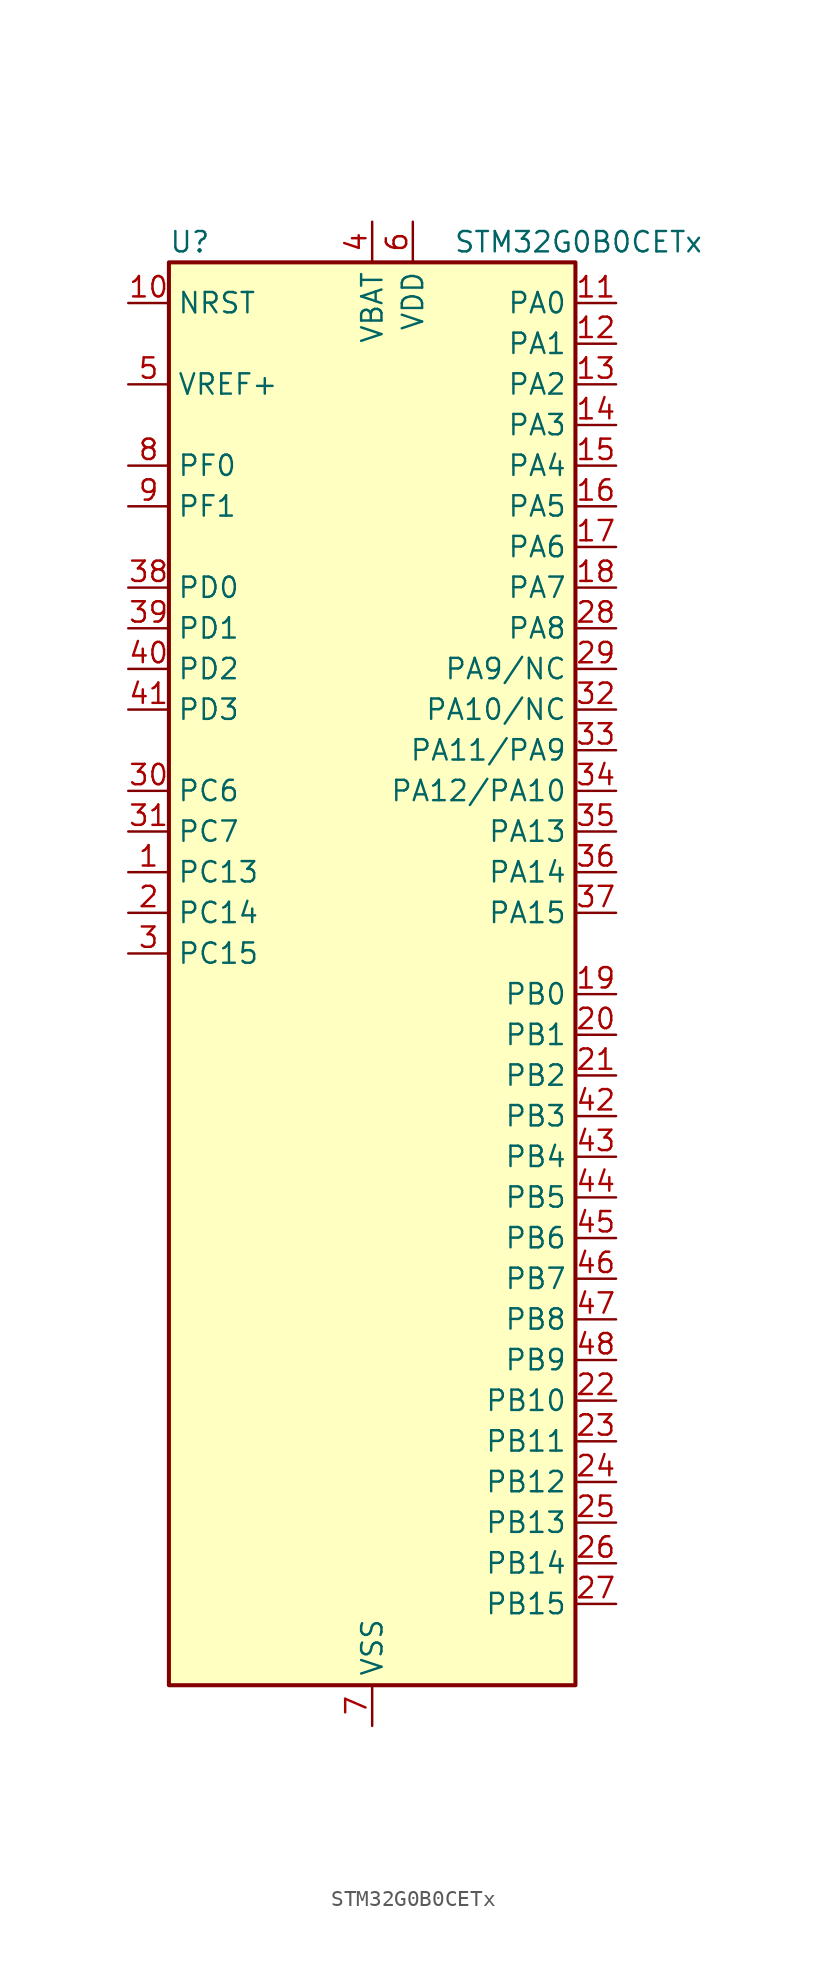
<source format=kicad_sym>
(kicad_symbol_lib
  (version 20231120)
  (generator "kicad_symbol_editor")
  (generator_version "8.0")
  (symbol "STM32G0B0CETx"
    (property "Reference" "U"
      (at -12.7 46.99 0)
      (effects (font (size 1.27 1.27)) (justify left)))
    (property "Value" "STM32G0B0CETx"
      (at 5.08 46.99 0)
      (effects (font (size 1.27 1.27)) (justify left)))
    (property "ki_locked" ""
      (at 0 0 0)
      (effects (font (size 1.27 1.27))))
    (symbol "STM32G0B0CETx_0_1"
      (rectangle (start -12.7 -43.18) (end 12.7 45.72) (stroke (width 0.254) (type default)) (fill (type background))))
    (symbol "STM32G0B0CETx_1_1"
      (pin bidirectional line (at -15.24 7.62 0) (length 2.54) (name "PC13" (effects (font (size 1.27 1.27)))) (number "1" (effects (font (size 1.27 1.27)))) (alternate "RTC_OUT1" bidirectional line) (alternate "RTC_TAMP_IN1" bidirectional line) (alternate "RTC_TS" bidirectional line) (alternate "SYS_WKUP2" bidirectional line) (alternate "TIM1_BK" bidirectional line))
      (pin input line (at -15.24 43.18 0) (length 2.54) (name "NRST" (effects (font (size 1.27 1.27)))) (number "10" (effects (font (size 1.27 1.27)))))
      (pin bidirectional line (at 15.24 43.18 180) (length 2.54) (name "PA0" (effects (font (size 1.27 1.27)))) (number "11" (effects (font (size 1.27 1.27)))) (alternate "ADC1_IN0" bidirectional line) (alternate "I2S2_CK" bidirectional line) (alternate "RTC_TAMP_IN2" bidirectional line) (alternate "SPI2_SCK" bidirectional line) (alternate "SYS_WKUP1" bidirectional line) (alternate "USART2_CTS" bidirectional line) (alternate "USART2_NSS" bidirectional line) (alternate "USART4_TX" bidirectional line))
      (pin bidirectional line (at 15.24 40.64 180) (length 2.54) (name "PA1" (effects (font (size 1.27 1.27)))) (number "12" (effects (font (size 1.27 1.27)))) (alternate "ADC1_IN1" bidirectional line) (alternate "I2C1_SMBA" bidirectional line) (alternate "I2S1_CK" bidirectional line) (alternate "SPI1_SCK" bidirectional line) (alternate "TIM15_CH1N" bidirectional line) (alternate "USART2_CK" bidirectional line) (alternate "USART2_DE" bidirectional line) (alternate "USART2_RTS" bidirectional line) (alternate "USART4_RX" bidirectional line))
      (pin bidirectional line (at 15.24 38.1 180) (length 2.54) (name "PA2" (effects (font (size 1.27 1.27)))) (number "13" (effects (font (size 1.27 1.27)))) (alternate "ADC1_IN2" bidirectional line) (alternate "I2S1_SD" bidirectional line) (alternate "RCC_LSCO" bidirectional line) (alternate "SPI1_MOSI" bidirectional line) (alternate "SYS_WKUP4" bidirectional line) (alternate "TIM15_CH1" bidirectional line) (alternate "USART2_TX" bidirectional line))
      (pin bidirectional line (at 15.24 35.56 180) (length 2.54) (name "PA3" (effects (font (size 1.27 1.27)))) (number "14" (effects (font (size 1.27 1.27)))) (alternate "ADC1_IN3" bidirectional line) (alternate "I2S2_MCK" bidirectional line) (alternate "SPI2_MISO" bidirectional line) (alternate "TIM15_CH2" bidirectional line) (alternate "USART2_RX" bidirectional line))
      (pin bidirectional line (at 15.24 33.02 180) (length 2.54) (name "PA4" (effects (font (size 1.27 1.27)))) (number "15" (effects (font (size 1.27 1.27)))) (alternate "ADC1_IN4" bidirectional line) (alternate "I2S1_WS" bidirectional line) (alternate "I2S2_SD" bidirectional line) (alternate "RTC_OUT2" bidirectional line) (alternate "SPI1_NSS" bidirectional line) (alternate "SPI2_MOSI" bidirectional line) (alternate "SPI3_NSS" bidirectional line) (alternate "TIM14_CH1" bidirectional line) (alternate "USART6_TX" bidirectional line) (alternate "USB_NOE" bidirectional line))
      (pin bidirectional line (at 15.24 30.48 180) (length 2.54) (name "PA5" (effects (font (size 1.27 1.27)))) (number "16" (effects (font (size 1.27 1.27)))) (alternate "ADC1_IN5" bidirectional line) (alternate "I2S1_CK" bidirectional line) (alternate "SPI1_SCK" bidirectional line) (alternate "USART3_TX" bidirectional line) (alternate "USART6_RX" bidirectional line))
      (pin bidirectional line (at 15.24 27.94 180) (length 2.54) (name "PA6" (effects (font (size 1.27 1.27)))) (number "17" (effects (font (size 1.27 1.27)))) (alternate "ADC1_IN6" bidirectional line) (alternate "I2C2_SDA" bidirectional line) (alternate "I2C3_SDA" bidirectional line) (alternate "I2S1_MCK" bidirectional line) (alternate "SPI1_MISO" bidirectional line) (alternate "TIM16_CH1" bidirectional line) (alternate "TIM1_BK" bidirectional line) (alternate "TIM3_CH1" bidirectional line) (alternate "USART3_CTS" bidirectional line) (alternate "USART3_NSS" bidirectional line) (alternate "USART6_CTS" bidirectional line) (alternate "USART6_NSS" bidirectional line))
      (pin bidirectional line (at 15.24 25.4 180) (length 2.54) (name "PA7" (effects (font (size 1.27 1.27)))) (number "18" (effects (font (size 1.27 1.27)))) (alternate "ADC1_IN7" bidirectional line) (alternate "I2C2_SCL" bidirectional line) (alternate "I2C3_SCL" bidirectional line) (alternate "I2S1_SD" bidirectional line) (alternate "SPI1_MOSI" bidirectional line) (alternate "TIM14_CH1" bidirectional line) (alternate "TIM17_CH1" bidirectional line) (alternate "TIM1_CH1N" bidirectional line) (alternate "TIM3_CH2" bidirectional line) (alternate "USART6_CK" bidirectional line) (alternate "USART6_DE" bidirectional line) (alternate "USART6_RTS" bidirectional line))
      (pin bidirectional line (at 15.24 0 180) (length 2.54) (name "PB0" (effects (font (size 1.27 1.27)))) (number "19" (effects (font (size 1.27 1.27)))) (alternate "ADC1_IN8" bidirectional line) (alternate "I2S1_WS" bidirectional line) (alternate "SPI1_NSS" bidirectional line) (alternate "TIM1_CH2N" bidirectional line) (alternate "TIM3_CH3" bidirectional line) (alternate "USART3_RX" bidirectional line) (alternate "USART5_TX" bidirectional line))
      (pin bidirectional line (at -15.24 5.08 0) (length 2.54) (name "PC14" (effects (font (size 1.27 1.27)))) (number "2" (effects (font (size 1.27 1.27)))) (alternate "RCC_OSC32_IN" bidirectional line) (alternate "TIM1_BK2" bidirectional line))
      (pin bidirectional line (at 15.24 -2.54 180) (length 2.54) (name "PB1" (effects (font (size 1.27 1.27)))) (number "20" (effects (font (size 1.27 1.27)))) (alternate "ADC1_IN9" bidirectional line) (alternate "TIM14_CH1" bidirectional line) (alternate "TIM1_CH3N" bidirectional line) (alternate "TIM3_CH4" bidirectional line) (alternate "USART3_CK" bidirectional line) (alternate "USART3_DE" bidirectional line) (alternate "USART3_RTS" bidirectional line) (alternate "USART5_RX" bidirectional line))
      (pin bidirectional line (at 15.24 -5.08 180) (length 2.54) (name "PB2" (effects (font (size 1.27 1.27)))) (number "21" (effects (font (size 1.27 1.27)))) (alternate "ADC1_IN10" bidirectional line) (alternate "I2S2_MCK" bidirectional line) (alternate "RCC_MCO_2" bidirectional line) (alternate "SPI2_MISO" bidirectional line) (alternate "USART3_TX" bidirectional line))
      (pin bidirectional line (at 15.24 -25.4 180) (length 2.54) (name "PB10" (effects (font (size 1.27 1.27)))) (number "22" (effects (font (size 1.27 1.27)))) (alternate "ADC1_IN11" bidirectional line) (alternate "I2C2_SCL" bidirectional line) (alternate "I2S2_CK" bidirectional line) (alternate "SPI2_SCK" bidirectional line) (alternate "USART3_TX" bidirectional line))
      (pin bidirectional line (at 15.24 -27.94 180) (length 2.54) (name "PB11" (effects (font (size 1.27 1.27)))) (number "23" (effects (font (size 1.27 1.27)))) (alternate "ADC1_EXTI11" bidirectional line) (alternate "ADC1_IN15" bidirectional line) (alternate "I2C2_SDA" bidirectional line) (alternate "I2S2_SD" bidirectional line) (alternate "SPI2_MOSI" bidirectional line) (alternate "USART3_RX" bidirectional line))
      (pin bidirectional line (at 15.24 -30.48 180) (length 2.54) (name "PB12" (effects (font (size 1.27 1.27)))) (number "24" (effects (font (size 1.27 1.27)))) (alternate "ADC1_IN16" bidirectional line) (alternate "I2C2_SMBA" bidirectional line) (alternate "I2S2_WS" bidirectional line) (alternate "SPI2_NSS" bidirectional line) (alternate "TIM15_BK" bidirectional line) (alternate "TIM1_BK" bidirectional line))
      (pin bidirectional line (at 15.24 -33.02 180) (length 2.54) (name "PB13" (effects (font (size 1.27 1.27)))) (number "25" (effects (font (size 1.27 1.27)))) (alternate "I2C2_SCL" bidirectional line) (alternate "I2S2_CK" bidirectional line) (alternate "SPI2_SCK" bidirectional line) (alternate "TIM15_CH1N" bidirectional line) (alternate "TIM1_CH1N" bidirectional line) (alternate "USART3_CTS" bidirectional line) (alternate "USART3_NSS" bidirectional line))
      (pin bidirectional line (at 15.24 -35.56 180) (length 2.54) (name "PB14" (effects (font (size 1.27 1.27)))) (number "26" (effects (font (size 1.27 1.27)))) (alternate "I2C2_SDA" bidirectional line) (alternate "I2S2_MCK" bidirectional line) (alternate "SPI2_MISO" bidirectional line) (alternate "TIM15_CH1" bidirectional line) (alternate "TIM1_CH2N" bidirectional line) (alternate "USART3_CK" bidirectional line) (alternate "USART3_DE" bidirectional line) (alternate "USART3_RTS" bidirectional line) (alternate "USART6_CK" bidirectional line) (alternate "USART6_DE" bidirectional line) (alternate "USART6_RTS" bidirectional line))
      (pin bidirectional line (at 15.24 -38.1 180) (length 2.54) (name "PB15" (effects (font (size 1.27 1.27)))) (number "27" (effects (font (size 1.27 1.27)))) (alternate "I2S2_SD" bidirectional line) (alternate "RTC_REFIN" bidirectional line) (alternate "SPI2_MOSI" bidirectional line) (alternate "TIM15_CH1N" bidirectional line) (alternate "TIM15_CH2" bidirectional line) (alternate "TIM1_CH3N" bidirectional line) (alternate "USART6_CTS" bidirectional line) (alternate "USART6_NSS" bidirectional line))
      (pin bidirectional line (at 15.24 22.86 180) (length 2.54) (name "PA8" (effects (font (size 1.27 1.27)))) (number "28" (effects (font (size 1.27 1.27)))) (alternate "CRS1_SYNC" bidirectional line) (alternate "I2C2_SMBA" bidirectional line) (alternate "I2S2_WS" bidirectional line) (alternate "RCC_MCO" bidirectional line) (alternate "SPI2_NSS" bidirectional line) (alternate "TIM1_CH1" bidirectional line))
      (pin bidirectional line (at 15.24 20.32 180) (length 2.54) (name "PA9/NC" (effects (font (size 1.27 1.27)))) (number "29" (effects (font (size 1.27 1.27)))) (alternate "I2C1_SCL" bidirectional line) (alternate "I2C2_SCL" bidirectional line) (alternate "I2S2_MCK" bidirectional line) (alternate "RCC_MCO" bidirectional line) (alternate "SPI2_MISO" bidirectional line) (alternate "TIM15_BK" bidirectional line) (alternate "TIM1_CH2" bidirectional line) (alternate "USART1_TX" bidirectional line))
      (pin bidirectional line (at -15.24 2.54 0) (length 2.54) (name "PC15" (effects (font (size 1.27 1.27)))) (number "3" (effects (font (size 1.27 1.27)))) (alternate "RCC_OSC32_EN" bidirectional line) (alternate "RCC_OSC32_OUT" bidirectional line) (alternate "RCC_OSC_EN" bidirectional line) (alternate "TIM15_BK" bidirectional line))
      (pin bidirectional line (at -15.24 12.7 0) (length 2.54) (name "PC6" (effects (font (size 1.27 1.27)))) (number "30" (effects (font (size 1.27 1.27)))) (alternate "TIM3_CH1" bidirectional line))
      (pin bidirectional line (at -15.24 10.16 0) (length 2.54) (name "PC7" (effects (font (size 1.27 1.27)))) (number "31" (effects (font (size 1.27 1.27)))) (alternate "TIM3_CH2" bidirectional line))
      (pin bidirectional line (at 15.24 17.78 180) (length 2.54) (name "PA10/NC" (effects (font (size 1.27 1.27)))) (number "32" (effects (font (size 1.27 1.27)))) (alternate "I2C1_SDA" bidirectional line) (alternate "I2C2_SDA" bidirectional line) (alternate "I2S2_SD" bidirectional line) (alternate "RCC_MCO_2" bidirectional line) (alternate "SPI2_MOSI" bidirectional line) (alternate "TIM17_BK" bidirectional line) (alternate "TIM1_CH3" bidirectional line) (alternate "USART1_RX" bidirectional line))
      (pin bidirectional line (at 15.24 15.24 180) (length 2.54) (name "PA11/PA9" (effects (font (size 1.27 1.27)))) (number "33" (effects (font (size 1.27 1.27)))) (alternate "ADC1_EXTI11" bidirectional line) (alternate "I2C2_SCL" bidirectional line) (alternate "I2S1_MCK" bidirectional line) (alternate "SPI1_MISO" bidirectional line) (alternate "TIM1_BK2" bidirectional line) (alternate "TIM1_CH4" bidirectional line) (alternate "USART1_CTS" bidirectional line) (alternate "USART1_NSS" bidirectional line) (alternate "USB_DM" bidirectional line))
      (pin bidirectional line (at 15.24 12.7 180) (length 2.54) (name "PA12/PA10" (effects (font (size 1.27 1.27)))) (number "34" (effects (font (size 1.27 1.27)))) (alternate "I2C2_SDA" bidirectional line) (alternate "I2S1_SD" bidirectional line) (alternate "I2S_CKIN" bidirectional line) (alternate "SPI1_MOSI" bidirectional line) (alternate "TIM1_ETR" bidirectional line) (alternate "USART1_CK" bidirectional line) (alternate "USART1_DE" bidirectional line) (alternate "USART1_RTS" bidirectional line) (alternate "USB_DP" bidirectional line))
      (pin bidirectional line (at 15.24 10.16 180) (length 2.54) (name "PA13" (effects (font (size 1.27 1.27)))) (number "35" (effects (font (size 1.27 1.27)))) (alternate "IR_OUT" bidirectional line) (alternate "SYS_SWDIO" bidirectional line) (alternate "USB_NOE" bidirectional line))
      (pin bidirectional line (at 15.24 7.62 180) (length 2.54) (name "PA14" (effects (font (size 1.27 1.27)))) (number "36" (effects (font (size 1.27 1.27)))) (alternate "SYS_SWCLK" bidirectional line) (alternate "USART2_TX" bidirectional line))
      (pin bidirectional line (at 15.24 5.08 180) (length 2.54) (name "PA15" (effects (font (size 1.27 1.27)))) (number "37" (effects (font (size 1.27 1.27)))) (alternate "I2C2_SMBA" bidirectional line) (alternate "I2S1_WS" bidirectional line) (alternate "RCC_MCO_2" bidirectional line) (alternate "SPI1_NSS" bidirectional line) (alternate "SPI3_NSS" bidirectional line) (alternate "USART2_RX" bidirectional line) (alternate "USART3_CK" bidirectional line) (alternate "USART3_DE" bidirectional line) (alternate "USART3_RTS" bidirectional line) (alternate "USART4_CK" bidirectional line) (alternate "USART4_DE" bidirectional line) (alternate "USART4_RTS" bidirectional line) (alternate "USB_NOE" bidirectional line))
      (pin bidirectional line (at -15.24 25.4 0) (length 2.54) (name "PD0" (effects (font (size 1.27 1.27)))) (number "38" (effects (font (size 1.27 1.27)))) (alternate "I2S2_WS" bidirectional line) (alternate "SPI2_NSS" bidirectional line) (alternate "TIM16_CH1" bidirectional line))
      (pin bidirectional line (at -15.24 22.86 0) (length 2.54) (name "PD1" (effects (font (size 1.27 1.27)))) (number "39" (effects (font (size 1.27 1.27)))) (alternate "I2S2_CK" bidirectional line) (alternate "SPI2_SCK" bidirectional line) (alternate "TIM17_CH1" bidirectional line))
      (pin power_in line (at 0 48.26 270) (length 2.54) (name "VBAT" (effects (font (size 1.27 1.27)))) (number "4" (effects (font (size 1.27 1.27)))))
      (pin bidirectional line (at -15.24 20.32 0) (length 2.54) (name "PD2" (effects (font (size 1.27 1.27)))) (number "40" (effects (font (size 1.27 1.27)))) (alternate "TIM1_CH1N" bidirectional line) (alternate "TIM3_ETR" bidirectional line) (alternate "USART3_CK" bidirectional line) (alternate "USART3_DE" bidirectional line) (alternate "USART3_RTS" bidirectional line) (alternate "USART5_RX" bidirectional line))
      (pin bidirectional line (at -15.24 17.78 0) (length 2.54) (name "PD3" (effects (font (size 1.27 1.27)))) (number "41" (effects (font (size 1.27 1.27)))) (alternate "I2S2_MCK" bidirectional line) (alternate "SPI2_MISO" bidirectional line) (alternate "TIM1_CH2N" bidirectional line) (alternate "USART2_CTS" bidirectional line) (alternate "USART2_NSS" bidirectional line) (alternate "USART5_TX" bidirectional line))
      (pin bidirectional line (at 15.24 -7.62 180) (length 2.54) (name "PB3" (effects (font (size 1.27 1.27)))) (number "42" (effects (font (size 1.27 1.27)))) (alternate "I2C2_SCL" bidirectional line) (alternate "I2C3_SCL" bidirectional line) (alternate "I2S1_CK" bidirectional line) (alternate "SPI1_SCK" bidirectional line) (alternate "SPI3_SCK" bidirectional line) (alternate "TIM1_CH2" bidirectional line) (alternate "USART1_CK" bidirectional line) (alternate "USART1_DE" bidirectional line) (alternate "USART1_RTS" bidirectional line) (alternate "USART5_TX" bidirectional line))
      (pin bidirectional line (at 15.24 -10.16 180) (length 2.54) (name "PB4" (effects (font (size 1.27 1.27)))) (number "43" (effects (font (size 1.27 1.27)))) (alternate "I2C2_SDA" bidirectional line) (alternate "I2C3_SDA" bidirectional line) (alternate "I2S1_MCK" bidirectional line) (alternate "SPI1_MISO" bidirectional line) (alternate "SPI3_MISO" bidirectional line) (alternate "TIM17_BK" bidirectional line) (alternate "TIM3_CH1" bidirectional line) (alternate "USART1_CTS" bidirectional line) (alternate "USART1_NSS" bidirectional line) (alternate "USART5_RX" bidirectional line))
      (pin bidirectional line (at 15.24 -12.7 180) (length 2.54) (name "PB5" (effects (font (size 1.27 1.27)))) (number "44" (effects (font (size 1.27 1.27)))) (alternate "I2C1_SMBA" bidirectional line) (alternate "I2S1_SD" bidirectional line) (alternate "SPI1_MOSI" bidirectional line) (alternate "SPI3_MOSI" bidirectional line) (alternate "SYS_WKUP6" bidirectional line) (alternate "TIM16_BK" bidirectional line) (alternate "TIM3_CH2" bidirectional line) (alternate "USART5_CK" bidirectional line) (alternate "USART5_DE" bidirectional line) (alternate "USART5_RTS" bidirectional line))
      (pin bidirectional line (at 15.24 -15.24 180) (length 2.54) (name "PB6" (effects (font (size 1.27 1.27)))) (number "45" (effects (font (size 1.27 1.27)))) (alternate "I2C1_SCL" bidirectional line) (alternate "I2S2_MCK" bidirectional line) (alternate "SPI2_MISO" bidirectional line) (alternate "TIM16_CH1N" bidirectional line) (alternate "TIM1_CH3" bidirectional line) (alternate "TIM4_CH1" bidirectional line) (alternate "USART1_TX" bidirectional line) (alternate "USART5_CTS" bidirectional line) (alternate "USART5_NSS" bidirectional line))
      (pin bidirectional line (at 15.24 -17.78 180) (length 2.54) (name "PB7" (effects (font (size 1.27 1.27)))) (number "46" (effects (font (size 1.27 1.27)))) (alternate "I2C1_SDA" bidirectional line) (alternate "I2S2_SD" bidirectional line) (alternate "SPI2_MOSI" bidirectional line) (alternate "TIM17_CH1N" bidirectional line) (alternate "TIM4_CH2" bidirectional line) (alternate "USART1_RX" bidirectional line) (alternate "USART4_CTS" bidirectional line) (alternate "USART4_NSS" bidirectional line))
      (pin bidirectional line (at 15.24 -20.32 180) (length 2.54) (name "PB8" (effects (font (size 1.27 1.27)))) (number "47" (effects (font (size 1.27 1.27)))) (alternate "I2C1_SCL" bidirectional line) (alternate "I2S2_CK" bidirectional line) (alternate "SPI2_SCK" bidirectional line) (alternate "TIM15_BK" bidirectional line) (alternate "TIM16_CH1" bidirectional line) (alternate "TIM4_CH3" bidirectional line) (alternate "USART3_TX" bidirectional line) (alternate "USART6_TX" bidirectional line))
      (pin bidirectional line (at 15.24 -22.86 180) (length 2.54) (name "PB9" (effects (font (size 1.27 1.27)))) (number "48" (effects (font (size 1.27 1.27)))) (alternate "I2C1_SDA" bidirectional line) (alternate "I2S2_WS" bidirectional line) (alternate "IR_OUT" bidirectional line) (alternate "SPI2_NSS" bidirectional line) (alternate "TIM17_CH1" bidirectional line) (alternate "TIM4_CH4" bidirectional line) (alternate "USART3_RX" bidirectional line) (alternate "USART6_RX" bidirectional line))
      (pin input line (at -15.24 38.1 0) (length 2.54) (name "VREF+" (effects (font (size 1.27 1.27)))) (number "5" (effects (font (size 1.27 1.27)))))
      (pin power_in line (at 2.54 48.26 270) (length 2.54) (name "VDD" (effects (font (size 1.27 1.27)))) (number "6" (effects (font (size 1.27 1.27)))))
      (pin power_in line (at 0 -45.72 90) (length 2.54) (name "VSS" (effects (font (size 1.27 1.27)))) (number "7" (effects (font (size 1.27 1.27)))))
      (pin bidirectional line (at -15.24 33.02 0) (length 2.54) (name "PF0" (effects (font (size 1.27 1.27)))) (number "8" (effects (font (size 1.27 1.27)))) (alternate "CRS1_SYNC" bidirectional line) (alternate "RCC_OSC_IN" bidirectional line) (alternate "TIM14_CH1" bidirectional line))
      (pin bidirectional line (at -15.24 30.48 0) (length 2.54) (name "PF1" (effects (font (size 1.27 1.27)))) (number "9" (effects (font (size 1.27 1.27)))) (alternate "RCC_OSC_EN" bidirectional line) (alternate "RCC_OSC_OUT" bidirectional line) (alternate "TIM15_CH1N" bidirectional line)))))
</source>
